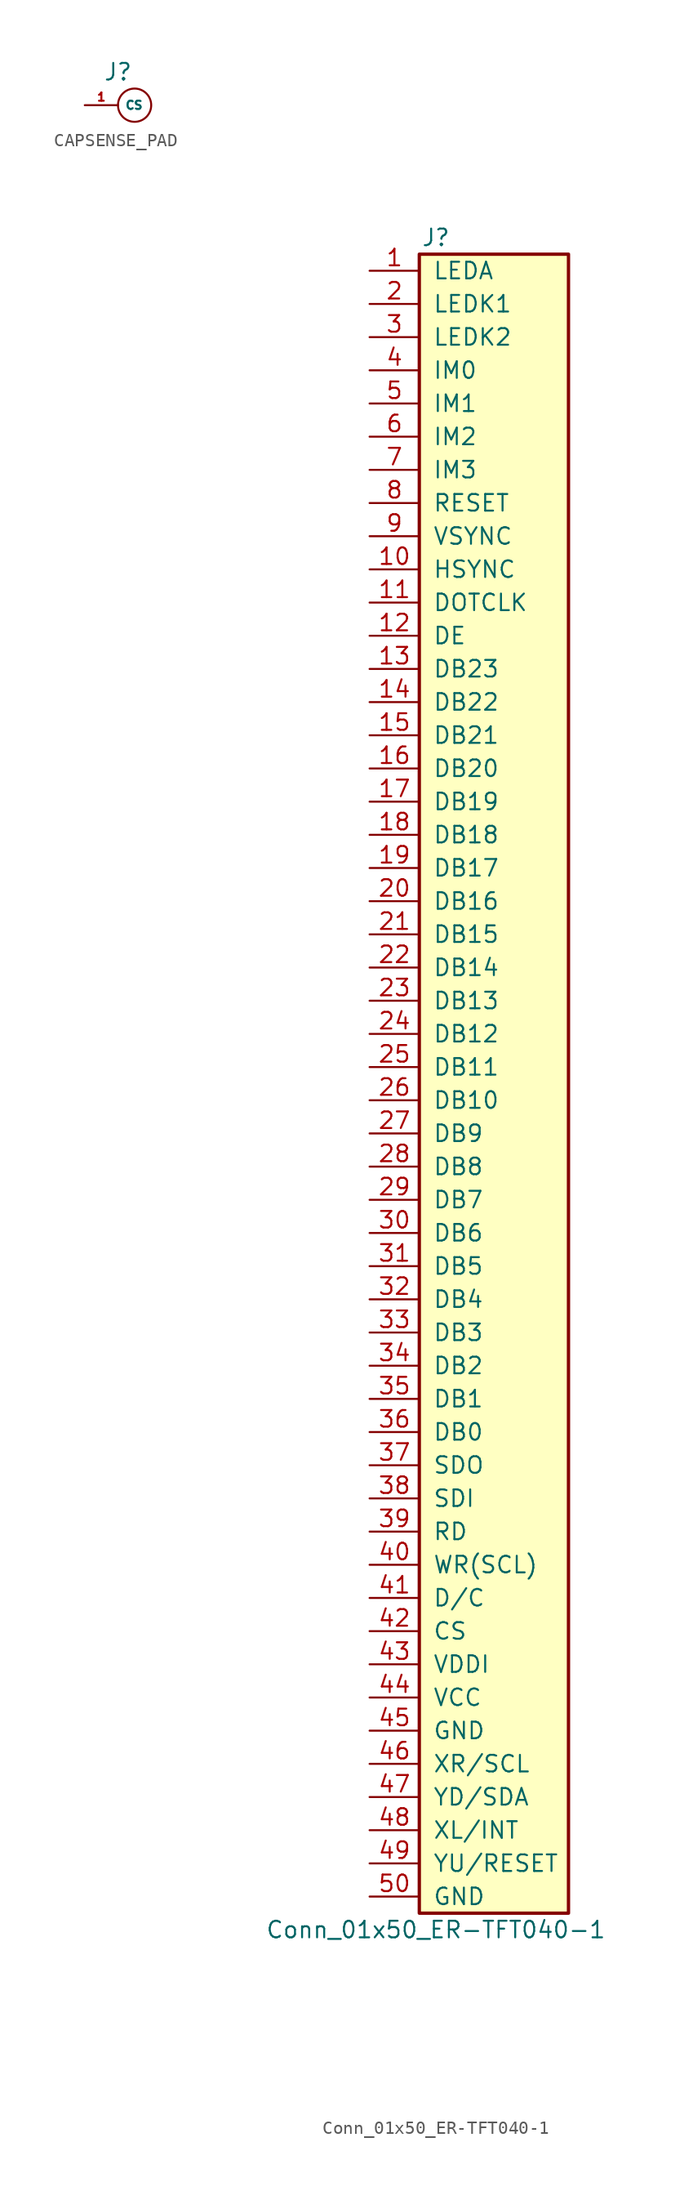
<source format=kicad_sym>
(kicad_symbol_lib
  (version 20241209)
  (generator "kicad_symbol_editor")
  (generator_version "9.0")
  (symbol "CAPSENSE_PAD"
    (property "Reference" "J"
      (at -1.27 2.54 0)
      (effects (font (size 1.27 1.27))))
    (property "Value" ""
      (at 0 0 0)
      (effects (font (size 1.27 1.27))))
    (symbol "CAPSENSE_PAD_0_1"
      (circle (center 0 0) (radius 1.27) (stroke (width 0) (type default)) (fill (type none))))
    (symbol "CAPSENSE_PAD_1_1"
      (pin passive line (at -3.81 0 0) (length 2.54) (name "CS" (effects (font (size 0.635 0.635)))) (number "1" (effects (font (size 0.635 0.635)))))))
  (symbol "Conn_01x50_ER-TFT040-1"
    (pin_names
      (offset 1.016))
    (property "Reference" "J"
      (at 0 64.77 0)
      (effects (font (size 1.27 1.27))))
    (property "Value" "Conn_01x50_ER-TFT040-1"
      (at 0 -64.77 0)
      (effects (font (size 1.27 1.27))))
    (symbol "Conn_01x50_ER-TFT040-1_1_1"
      (rectangle (start -1.27 63.5) (end 10.16 -63.5) (stroke (width 0.254) (type default)) (fill (type background)))
      (pin passive line (at -5.08 62.23 0) (length 3.81) (name "LEDA" (effects (font (size 1.27 1.27)))) (number "1" (effects (font (size 1.27 1.27)))))
      (pin passive line (at -5.08 59.69 0) (length 3.81) (name "LEDK1" (effects (font (size 1.27 1.27)))) (number "2" (effects (font (size 1.27 1.27)))))
      (pin passive line (at -5.08 57.15 0) (length 3.81) (name "LEDK2" (effects (font (size 1.27 1.27)))) (number "3" (effects (font (size 1.27 1.27)))))
      (pin passive line (at -5.08 54.61 0) (length 3.81) (name "IM0" (effects (font (size 1.27 1.27)))) (number "4" (effects (font (size 1.27 1.27)))))
      (pin passive line (at -5.08 52.07 0) (length 3.81) (name "IM1" (effects (font (size 1.27 1.27)))) (number "5" (effects (font (size 1.27 1.27)))))
      (pin passive line (at -5.08 49.53 0) (length 3.81) (name "IM2" (effects (font (size 1.27 1.27)))) (number "6" (effects (font (size 1.27 1.27)))))
      (pin passive line (at -5.08 46.99 0) (length 3.81) (name "IM3" (effects (font (size 1.27 1.27)))) (number "7" (effects (font (size 1.27 1.27)))))
      (pin passive line (at -5.08 44.45 0) (length 3.81) (name "RESET" (effects (font (size 1.27 1.27)))) (number "8" (effects (font (size 1.27 1.27)))))
      (pin passive line (at -5.08 41.91 0) (length 3.81) (name "VSYNC" (effects (font (size 1.27 1.27)))) (number "9" (effects (font (size 1.27 1.27)))))
      (pin passive line (at -5.08 39.37 0) (length 3.81) (name "HSYNC" (effects (font (size 1.27 1.27)))) (number "10" (effects (font (size 1.27 1.27)))))
      (pin passive line (at -5.08 36.83 0) (length 3.81) (name "DOTCLK" (effects (font (size 1.27 1.27)))) (number "11" (effects (font (size 1.27 1.27)))))
      (pin passive line (at -5.08 34.29 0) (length 3.81) (name "DE" (effects (font (size 1.27 1.27)))) (number "12" (effects (font (size 1.27 1.27)))))
      (pin passive line (at -5.08 31.75 0) (length 3.81) (name "DB23" (effects (font (size 1.27 1.27)))) (number "13" (effects (font (size 1.27 1.27)))))
      (pin passive line (at -5.08 29.21 0) (length 3.81) (name "DB22" (effects (font (size 1.27 1.27)))) (number "14" (effects (font (size 1.27 1.27)))))
      (pin passive line (at -5.08 26.67 0) (length 3.81) (name "DB21" (effects (font (size 1.27 1.27)))) (number "15" (effects (font (size 1.27 1.27)))))
      (pin passive line (at -5.08 24.13 0) (length 3.81) (name "DB20" (effects (font (size 1.27 1.27)))) (number "16" (effects (font (size 1.27 1.27)))))
      (pin passive line (at -5.08 21.59 0) (length 3.81) (name "DB19" (effects (font (size 1.27 1.27)))) (number "17" (effects (font (size 1.27 1.27)))))
      (pin passive line (at -5.08 19.05 0) (length 3.81) (name "DB18" (effects (font (size 1.27 1.27)))) (number "18" (effects (font (size 1.27 1.27)))))
      (pin passive line (at -5.08 16.51 0) (length 3.81) (name "DB17" (effects (font (size 1.27 1.27)))) (number "19" (effects (font (size 1.27 1.27)))))
      (pin passive line (at -5.08 13.97 0) (length 3.81) (name "DB16" (effects (font (size 1.27 1.27)))) (number "20" (effects (font (size 1.27 1.27)))))
      (pin passive line (at -5.08 11.43 0) (length 3.81) (name "DB15" (effects (font (size 1.27 1.27)))) (number "21" (effects (font (size 1.27 1.27)))))
      (pin passive line (at -5.08 8.89 0) (length 3.81) (name "DB14" (effects (font (size 1.27 1.27)))) (number "22" (effects (font (size 1.27 1.27)))))
      (pin passive line (at -5.08 6.35 0) (length 3.81) (name "DB13" (effects (font (size 1.27 1.27)))) (number "23" (effects (font (size 1.27 1.27)))))
      (pin passive line (at -5.08 3.81 0) (length 3.81) (name "DB12" (effects (font (size 1.27 1.27)))) (number "24" (effects (font (size 1.27 1.27)))))
      (pin passive line (at -5.08 1.27 0) (length 3.81) (name "DB11" (effects (font (size 1.27 1.27)))) (number "25" (effects (font (size 1.27 1.27)))))
      (pin passive line (at -5.08 -1.27 0) (length 3.81) (name "DB10" (effects (font (size 1.27 1.27)))) (number "26" (effects (font (size 1.27 1.27)))))
      (pin passive line (at -5.08 -3.81 0) (length 3.81) (name "DB9" (effects (font (size 1.27 1.27)))) (number "27" (effects (font (size 1.27 1.27)))))
      (pin passive line (at -5.08 -6.35 0) (length 3.81) (name "DB8" (effects (font (size 1.27 1.27)))) (number "28" (effects (font (size 1.27 1.27)))))
      (pin passive line (at -5.08 -8.89 0) (length 3.81) (name "DB7" (effects (font (size 1.27 1.27)))) (number "29" (effects (font (size 1.27 1.27)))))
      (pin passive line (at -5.08 -11.43 0) (length 3.81) (name "DB6" (effects (font (size 1.27 1.27)))) (number "30" (effects (font (size 1.27 1.27)))))
      (pin passive line (at -5.08 -13.97 0) (length 3.81) (name "DB5" (effects (font (size 1.27 1.27)))) (number "31" (effects (font (size 1.27 1.27)))))
      (pin passive line (at -5.08 -16.51 0) (length 3.81) (name "DB4" (effects (font (size 1.27 1.27)))) (number "32" (effects (font (size 1.27 1.27)))))
      (pin passive line (at -5.08 -19.05 0) (length 3.81) (name "DB3" (effects (font (size 1.27 1.27)))) (number "33" (effects (font (size 1.27 1.27)))))
      (pin passive line (at -5.08 -21.59 0) (length 3.81) (name "DB2" (effects (font (size 1.27 1.27)))) (number "34" (effects (font (size 1.27 1.27)))))
      (pin passive line (at -5.08 -24.13 0) (length 3.81) (name "DB1" (effects (font (size 1.27 1.27)))) (number "35" (effects (font (size 1.27 1.27)))))
      (pin passive line (at -5.08 -26.67 0) (length 3.81) (name "DB0" (effects (font (size 1.27 1.27)))) (number "36" (effects (font (size 1.27 1.27)))))
      (pin passive line (at -5.08 -29.21 0) (length 3.81) (name "SDO" (effects (font (size 1.27 1.27)))) (number "37" (effects (font (size 1.27 1.27)))))
      (pin passive line (at -5.08 -31.75 0) (length 3.81) (name "SDI" (effects (font (size 1.27 1.27)))) (number "38" (effects (font (size 1.27 1.27)))))
      (pin passive line (at -5.08 -34.29 0) (length 3.81) (name "RD" (effects (font (size 1.27 1.27)))) (number "39" (effects (font (size 1.27 1.27)))))
      (pin passive line (at -5.08 -36.83 0) (length 3.81) (name "WR(SCL)" (effects (font (size 1.27 1.27)))) (number "40" (effects (font (size 1.27 1.27)))))
      (pin passive line (at -5.08 -39.37 0) (length 3.81) (name "D/C" (effects (font (size 1.27 1.27)))) (number "41" (effects (font (size 1.27 1.27)))))
      (pin passive line (at -5.08 -41.91 0) (length 3.81) (name "CS" (effects (font (size 1.27 1.27)))) (number "42" (effects (font (size 1.27 1.27)))))
      (pin passive line (at -5.08 -44.45 0) (length 3.81) (name "VDDI" (effects (font (size 1.27 1.27)))) (number "43" (effects (font (size 1.27 1.27)))))
      (pin passive line (at -5.08 -46.99 0) (length 3.81) (name "VCC" (effects (font (size 1.27 1.27)))) (number "44" (effects (font (size 1.27 1.27)))))
      (pin passive line (at -5.08 -49.53 0) (length 3.81) (name "GND" (effects (font (size 1.27 1.27)))) (number "45" (effects (font (size 1.27 1.27)))))
      (pin passive line (at -5.08 -52.07 0) (length 3.81) (name "XR/SCL" (effects (font (size 1.27 1.27)))) (number "46" (effects (font (size 1.27 1.27)))))
      (pin passive line (at -5.08 -54.61 0) (length 3.81) (name "YD/SDA" (effects (font (size 1.27 1.27)))) (number "47" (effects (font (size 1.27 1.27)))))
      (pin passive line (at -5.08 -57.15 0) (length 3.81) (name "XL/INT" (effects (font (size 1.27 1.27)))) (number "48" (effects (font (size 1.27 1.27)))))
      (pin passive line (at -5.08 -59.69 0) (length 3.81) (name "YU/RESET" (effects (font (size 1.27 1.27)))) (number "49" (effects (font (size 1.27 1.27)))))
      (pin passive line (at -5.08 -62.23 0) (length 3.81) (name "GND" (effects (font (size 1.27 1.27)))) (number "50" (effects (font (size 1.27 1.27))))))))
</source>
